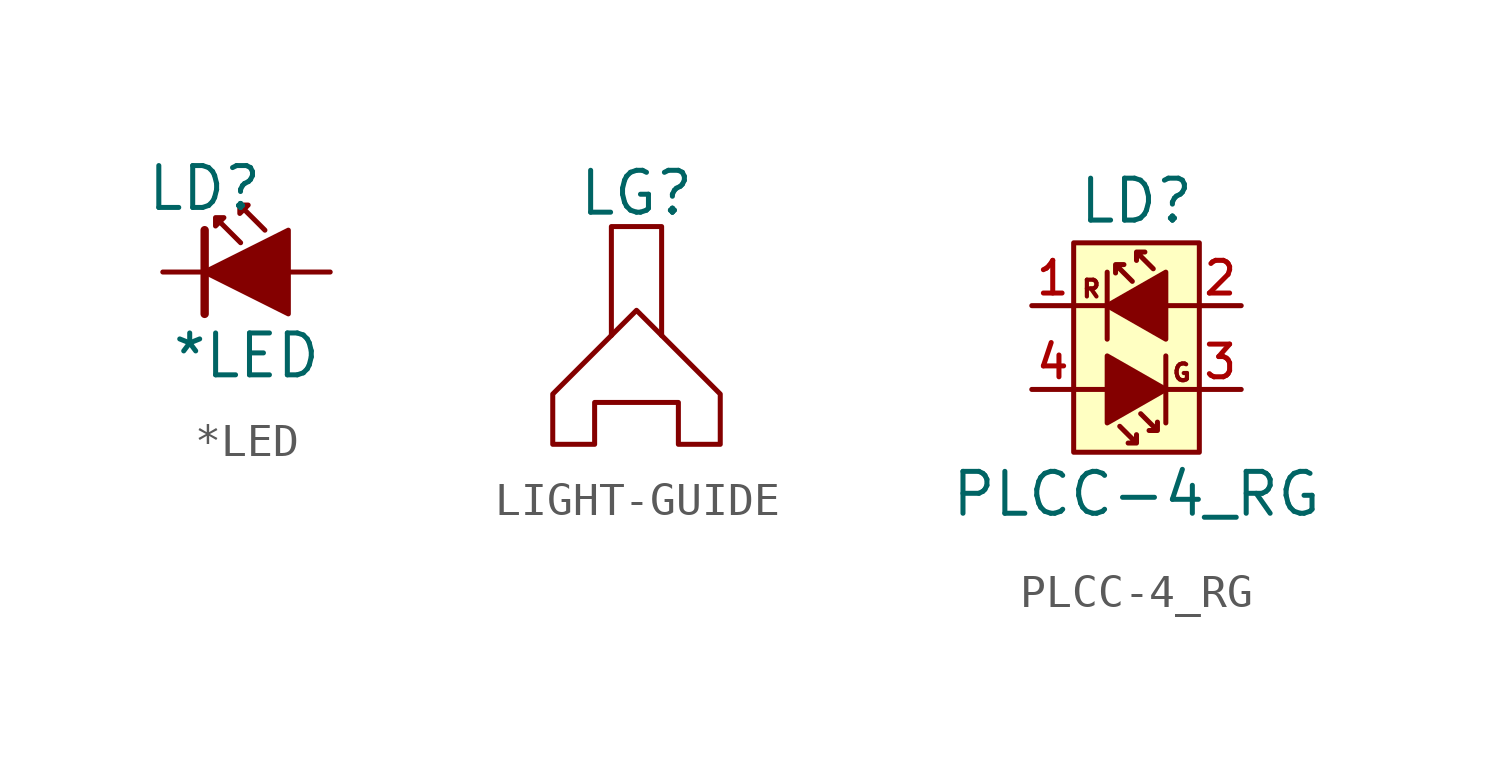
<source format=kicad_sym>
(kicad_symbol_lib
  (version 20211014)
  (generator kicad_symbol_editor)
  (symbol "*LED"
    (pin_numbers hide)
    (pin_names
      (offset 0) hide)
    (property "Reference" "LD"
      (at 1.27 2.54 0)
      (effects (font (size 1.27 1.27))))
    (property "Value" "*LED"
      (at 2.54 -2.54 0)
      (effects (font (size 1.27 1.27))))
    (symbol "*LED_0_1"
      (polyline (pts (xy 1.27 1.27) (xy 1.27 -1.27)) (stroke (width 0.254) (type default) (color 0 0 0 0)) (fill (type none)))
      (polyline (pts (xy 1.27 0) (xy 3.81 1.27) (xy 3.81 -1.27) (xy 1.27 0)) (stroke (width 0.152) (type default) (color 0 0 0 0)) (fill (type outline)))
      (polyline (pts (xy 2.362 0.889) (xy 1.6 1.651) (xy 1.6 1.397) (xy 1.854 1.651) (xy 1.6 1.651)) (stroke (width 0.152) (type default) (color 0 0 0 0)) (fill (type none)))
      (polyline (pts (xy 3.099 1.27) (xy 2.337 2.032) (xy 2.337 1.778) (xy 2.591 2.032) (xy 2.337 2.032)) (stroke (width 0.152) (type default) (color 0 0 0 0)) (fill (type none))))
    (symbol "*LED_1_1"
      (pin passive line (at 0 0 0) (length 1.27) (name "K" (effects (font (size 1.27 1.27)))) (number "1" (effects (font (size 1.27 1.27)))))
      (pin passive line (at 5.08 0 180) (length 1.27) (name "A" (effects (font (size 1.27 1.27)))) (number "2" (effects (font (size 1.27 1.27)))))))
  (symbol "LIGHT-GUIDE"
    (pin_numbers hide)
    (pin_names
      (offset 0) hide)
    (property "Reference" "LG"
      (at 0 6.35 0)
      (effects (font (size 1.27 1.27))))
    (symbol "LIGHT-GUIDE_0_1"
      (polyline (pts (xy -0.762 2.032) (xy -0.762 5.334) (xy 0.762 5.334) (xy 0.762 2.032)) (stroke (width 0) (type default) (color 0 0 0 0)) (fill (type none)))
      (polyline (pts (xy -1.27 0) (xy 1.27 0) (xy 1.27 -1.016) (xy 1.27 -1.27) (xy 2.54 -1.27) (xy 2.54 0.254) (xy 0 2.794) (xy -2.54 0.254) (xy -2.54 -1.27) (xy -1.27 -1.27) (xy -1.27 0)) (stroke (width 0) (type default) (color 0 0 0 0)) (fill (type none)))))
  (symbol "PLCC-4_RG"
    (pin_names hide)
    (property "Reference" "LD"
      (at 3.175 3.175 0)
      (effects (font (size 1.27 1.27))))
    (property "Value" "PLCC-4_RG"
      (at 3.175 -5.715 0)
      (effects (font (size 1.27 1.27))))
    (symbol "PLCC-4_RG_0_0"
      (polyline (pts (xy 1.27 -2.54) (xy 2.54 -2.54)) (stroke (width 0.152) (type default) (color 0 0 0 0)) (fill (type none)))
      (polyline (pts (xy 1.27 0) (xy 2.54 0)) (stroke (width 0.152) (type default) (color 0 0 0 0)) (fill (type none)))
      (polyline (pts (xy 5.08 -2.54) (xy 3.81 -2.54)) (stroke (width 0.152) (type default) (color 0 0 0 0)) (fill (type none)))
      (polyline (pts (xy 5.08 0) (xy 3.81 0)) (stroke (width 0.152) (type default) (color 0 0 0 0)) (fill (type none)))
      (rectangle (start 1.27 1.905) (end 5.08 -4.445) (stroke (width 0.152) (type default) (color 0 0 0 0)) (fill (type background)))
      (text "G" (at 4.547 -2.032 0) (effects (font (size 0.508 0.508))))
      (text "R" (at 1.803 0.508 0) (effects (font (size 0.508 0.508)))))
    (symbol "PLCC-4_RG_0_1"
      (polyline (pts (xy 2.286 1.016) (xy 2.286 -1.016)) (stroke (width 0.152) (type default) (color 0 0 0 0)) (fill (type none)))
      (polyline (pts (xy 4.064 -3.556) (xy 4.064 -1.524)) (stroke (width 0.152) (type default) (color 0 0 0 0)) (fill (type none)))
      (polyline (pts (xy 2.286 -3.556) (xy 2.286 -1.524) (xy 4.064 -2.54) (xy 2.286 -3.556)) (stroke (width 0.152) (type default) (color 0 0 0 0)) (fill (type outline)))
      (polyline (pts (xy 4.064 1.016) (xy 4.064 -1.016) (xy 2.286 0) (xy 4.064 1.016)) (stroke (width 0.152) (type default) (color 0 0 0 0)) (fill (type outline))))
    (symbol "PLCC-4_RG_1_1"
      (polyline (pts (xy 2.667 -3.658) (xy 3.175 -4.166) (xy 2.921 -4.166) (xy 3.175 -4.166) (xy 3.175 -3.912)) (stroke (width 0) (type default) (color 0 0 0 0)) (fill (type none)))
      (polyline (pts (xy 3.048 0.737) (xy 2.54 1.245) (xy 2.794 1.245) (xy 2.54 1.245) (xy 2.54 0.991)) (stroke (width 0) (type default) (color 0 0 0 0)) (fill (type none)))
      (polyline (pts (xy 3.302 -3.277) (xy 3.81 -3.785) (xy 3.556 -3.785) (xy 3.81 -3.785) (xy 3.81 -3.531)) (stroke (width 0) (type default) (color 0 0 0 0)) (fill (type none)))
      (polyline (pts (xy 3.683 1.118) (xy 3.175 1.626) (xy 3.429 1.626) (xy 3.175 1.626) (xy 3.175 1.372)) (stroke (width 0) (type default) (color 0 0 0 0)) (fill (type none)))
      (pin passive line (at 0 0 0) (length 1.27) (name "A" (effects (font (size 0.991 0.991)))) (number "1" (effects (font (size 0.991 0.991)))))
      (pin passive line (at 6.35 0 180) (length 1.27) (name "C" (effects (font (size 0.991 0.991)))) (number "2" (effects (font (size 0.991 0.991)))))
      (pin passive line (at 6.35 -2.54 180) (length 1.27) (name "A" (effects (font (size 0.991 0.991)))) (number "3" (effects (font (size 0.991 0.991)))))
      (pin passive line (at 0 -2.54 0) (length 1.27) (name "C" (effects (font (size 0.991 0.991)))) (number "4" (effects (font (size 0.991 0.991))))))))
</source>
